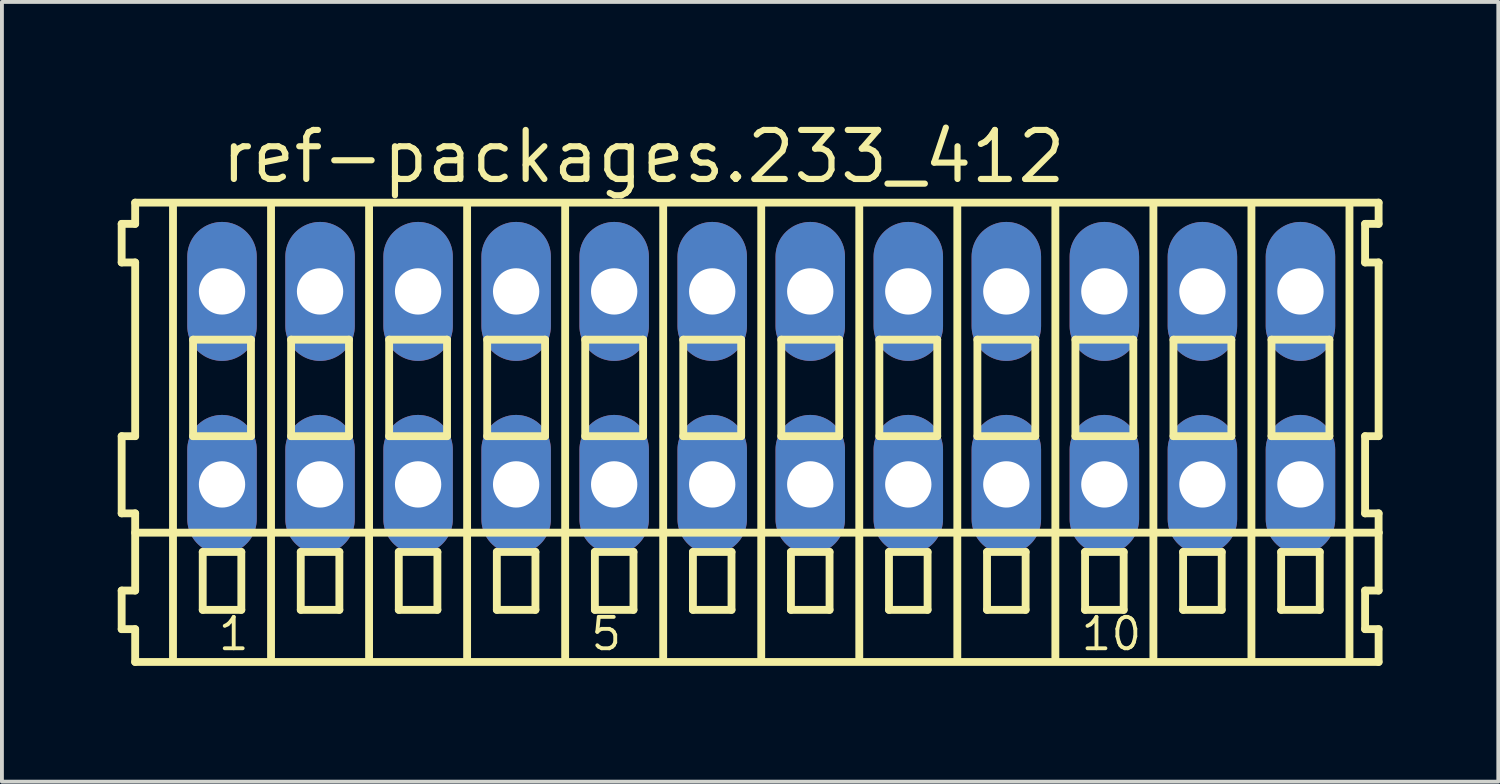
<source format=kicad_pcb>
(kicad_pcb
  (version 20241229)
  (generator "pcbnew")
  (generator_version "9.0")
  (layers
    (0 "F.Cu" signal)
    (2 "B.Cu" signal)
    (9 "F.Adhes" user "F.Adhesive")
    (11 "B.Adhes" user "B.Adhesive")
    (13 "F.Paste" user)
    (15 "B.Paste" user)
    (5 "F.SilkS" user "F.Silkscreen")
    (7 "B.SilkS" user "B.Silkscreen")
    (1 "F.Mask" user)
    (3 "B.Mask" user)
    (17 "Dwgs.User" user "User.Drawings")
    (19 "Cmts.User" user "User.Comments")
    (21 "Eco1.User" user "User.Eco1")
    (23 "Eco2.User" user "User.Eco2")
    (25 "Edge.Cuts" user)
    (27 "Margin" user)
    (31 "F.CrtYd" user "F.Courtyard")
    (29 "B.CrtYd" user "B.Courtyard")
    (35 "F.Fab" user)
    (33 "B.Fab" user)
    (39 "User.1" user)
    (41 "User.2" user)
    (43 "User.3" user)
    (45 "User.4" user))
  (footprint "ref-packages.233_412"
    (layer "F.Cu")
    (at 16.672 7)
    (property "Reference" "ref-packages.233_412" (at -14.07 -5.25 0) (layer "F.SilkS") (effects (font (size 1.27 1.27) (thickness 0.16)) (justify left bottom)))
    (attr through_hole)
    (fp_line (start -16.57 -4.25) (end -16.57 -3.25) (stroke (width 0.203) (type default)) (layer "F.SilkS"))
    (fp_line (start -16.57 -3.25) (end -16.22 -3.25) (stroke (width 0.203) (type default)) (layer "F.SilkS"))
    (fp_line (start -16.57 1.25) (end -16.57 3.25) (stroke (width 0.203) (type default)) (layer "F.SilkS"))
    (fp_line (start -16.57 3.25) (end -16.22 3.25) (stroke (width 0.203) (type default)) (layer "F.SilkS"))
    (fp_line (start -16.57 5.25) (end -16.57 6.25) (stroke (width 0.203) (type default)) (layer "F.SilkS"))
    (fp_line (start -16.57 6.25) (end -16.22 6.25) (stroke (width 0.203) (type default)) (layer "F.SilkS"))
    (fp_line (start -16.22 -4.8) (end -16.22 -4.25) (stroke (width 0.203) (type default)) (layer "F.SilkS"))
    (fp_line (start -16.22 -4.25) (end -16.57 -4.25) (stroke (width 0.203) (type default)) (layer "F.SilkS"))
    (fp_line (start -16.22 -3.25) (end -16.22 1.25) (stroke (width 0.203) (type default)) (layer "F.SilkS"))
    (fp_line (start -16.22 1.25) (end -16.57 1.25) (stroke (width 0.203) (type default)) (layer "F.SilkS"))
    (fp_line (start -16.22 3.25) (end -16.22 5.25) (stroke (width 0.203) (type default)) (layer "F.SilkS"))
    (fp_line (start -16.22 3.75) (end 15.995 3.75) (stroke (width 0.203) (type default)) (layer "F.SilkS"))
    (fp_line (start -16.22 5.25) (end -16.57 5.25) (stroke (width 0.203) (type default)) (layer "F.SilkS"))
    (fp_line (start -16.22 6.25) (end -16.22 7.1) (stroke (width 0.203) (type default)) (layer "F.SilkS"))
    (fp_line (start -16.22 7.1) (end 15.995 7.1) (stroke (width 0.203) (type default)) (layer "F.SilkS"))
    (fp_line (start -15.24 6.985) (end -15.24 -4.699) (stroke (width 0.203) (type default)) (layer "F.SilkS"))
    (fp_line (start -14.72 -1.25) (end -14.72 1.25) (stroke (width 0.203) (type default)) (layer "F.SilkS"))
    (fp_line (start -14.72 1.25) (end -13.22 1.25) (stroke (width 0.203) (type default)) (layer "F.SilkS"))
    (fp_line (start -14.47 4.25) (end -14.47 5.75) (stroke (width 0.203) (type default)) (layer "F.SilkS"))
    (fp_line (start -14.47 5.75) (end -13.47 5.75) (stroke (width 0.203) (type default)) (layer "F.SilkS"))
    (fp_line (start -13.47 4.25) (end -14.47 4.25) (stroke (width 0.203) (type default)) (layer "F.SilkS"))
    (fp_line (start -13.47 5.75) (end -13.47 4.25) (stroke (width 0.203) (type default)) (layer "F.SilkS"))
    (fp_line (start -13.22 -1.25) (end -14.72 -1.25) (stroke (width 0.203) (type default)) (layer "F.SilkS"))
    (fp_line (start -13.22 1.25) (end -13.22 -1.25) (stroke (width 0.203) (type default)) (layer "F.SilkS"))
    (fp_line (start -12.7 6.985) (end -12.7 -4.699) (stroke (width 0.203) (type default)) (layer "F.SilkS"))
    (fp_line (start -12.18 -1.25) (end -12.18 1.25) (stroke (width 0.203) (type default)) (layer "F.SilkS"))
    (fp_line (start -12.18 1.25) (end -10.68 1.25) (stroke (width 0.203) (type default)) (layer "F.SilkS"))
    (fp_line (start -11.93 4.25) (end -11.93 5.75) (stroke (width 0.203) (type default)) (layer "F.SilkS"))
    (fp_line (start -11.93 5.75) (end -10.93 5.75) (stroke (width 0.203) (type default)) (layer "F.SilkS"))
    (fp_line (start -10.93 4.25) (end -11.93 4.25) (stroke (width 0.203) (type default)) (layer "F.SilkS"))
    (fp_line (start -10.93 5.75) (end -10.93 4.25) (stroke (width 0.203) (type default)) (layer "F.SilkS"))
    (fp_line (start -10.68 -1.25) (end -12.18 -1.25) (stroke (width 0.203) (type default)) (layer "F.SilkS"))
    (fp_line (start -10.68 1.25) (end -10.68 -1.25) (stroke (width 0.203) (type default)) (layer "F.SilkS"))
    (fp_line (start -10.16 6.985) (end -10.16 -4.699) (stroke (width 0.203) (type default)) (layer "F.SilkS"))
    (fp_line (start -9.64 -1.25) (end -9.64 1.25) (stroke (width 0.203) (type default)) (layer "F.SilkS"))
    (fp_line (start -9.64 1.25) (end -8.14 1.25) (stroke (width 0.203) (type default)) (layer "F.SilkS"))
    (fp_line (start -9.39 4.25) (end -9.39 5.75) (stroke (width 0.203) (type default)) (layer "F.SilkS"))
    (fp_line (start -9.39 5.75) (end -8.39 5.75) (stroke (width 0.203) (type default)) (layer "F.SilkS"))
    (fp_line (start -8.39 4.25) (end -9.39 4.25) (stroke (width 0.203) (type default)) (layer "F.SilkS"))
    (fp_line (start -8.39 5.75) (end -8.39 4.25) (stroke (width 0.203) (type default)) (layer "F.SilkS"))
    (fp_line (start -8.14 -1.25) (end -9.64 -1.25) (stroke (width 0.203) (type default)) (layer "F.SilkS"))
    (fp_line (start -8.14 1.25) (end -8.14 -1.25) (stroke (width 0.203) (type default)) (layer "F.SilkS"))
    (fp_line (start -7.62 6.985) (end -7.62 -4.699) (stroke (width 0.203) (type default)) (layer "F.SilkS"))
    (fp_line (start -7.1 -1.25) (end -7.1 1.25) (stroke (width 0.203) (type default)) (layer "F.SilkS"))
    (fp_line (start -7.1 1.25) (end -5.6 1.25) (stroke (width 0.203) (type default)) (layer "F.SilkS"))
    (fp_line (start -6.85 4.25) (end -6.85 5.75) (stroke (width 0.203) (type default)) (layer "F.SilkS"))
    (fp_line (start -6.85 5.75) (end -5.85 5.75) (stroke (width 0.203) (type default)) (layer "F.SilkS"))
    (fp_line (start -5.85 4.25) (end -6.85 4.25) (stroke (width 0.203) (type default)) (layer "F.SilkS"))
    (fp_line (start -5.85 5.75) (end -5.85 4.25) (stroke (width 0.203) (type default)) (layer "F.SilkS"))
    (fp_line (start -5.6 -1.25) (end -7.1 -1.25) (stroke (width 0.203) (type default)) (layer "F.SilkS"))
    (fp_line (start -5.6 1.25) (end -5.6 -1.25) (stroke (width 0.203) (type default)) (layer "F.SilkS"))
    (fp_line (start -5.08 6.985) (end -5.08 -4.699) (stroke (width 0.203) (type default)) (layer "F.SilkS"))
    (fp_line (start -4.56 -1.25) (end -4.56 1.25) (stroke (width 0.203) (type default)) (layer "F.SilkS"))
    (fp_line (start -4.56 1.25) (end -3.06 1.25) (stroke (width 0.203) (type default)) (layer "F.SilkS"))
    (fp_line (start -4.31 4.25) (end -4.31 5.75) (stroke (width 0.203) (type default)) (layer "F.SilkS"))
    (fp_line (start -4.31 5.75) (end -3.31 5.75) (stroke (width 0.203) (type default)) (layer "F.SilkS"))
    (fp_line (start -3.31 4.25) (end -4.31 4.25) (stroke (width 0.203) (type default)) (layer "F.SilkS"))
    (fp_line (start -3.31 5.75) (end -3.31 4.25) (stroke (width 0.203) (type default)) (layer "F.SilkS"))
    (fp_line (start -3.06 -1.25) (end -4.56 -1.25) (stroke (width 0.203) (type default)) (layer "F.SilkS"))
    (fp_line (start -3.06 1.25) (end -3.06 -1.25) (stroke (width 0.203) (type default)) (layer "F.SilkS"))
    (fp_line (start -2.54 6.985) (end -2.54 -4.699) (stroke (width 0.203) (type default)) (layer "F.SilkS"))
    (fp_line (start -2.02 -1.25) (end -2.02 1.25) (stroke (width 0.203) (type default)) (layer "F.SilkS"))
    (fp_line (start -2.02 1.25) (end -0.52 1.25) (stroke (width 0.203) (type default)) (layer "F.SilkS"))
    (fp_line (start -1.77 4.25) (end -1.77 5.75) (stroke (width 0.203) (type default)) (layer "F.SilkS"))
    (fp_line (start -1.77 5.75) (end -0.77 5.75) (stroke (width 0.203) (type default)) (layer "F.SilkS"))
    (fp_line (start -0.77 4.25) (end -1.77 4.25) (stroke (width 0.203) (type default)) (layer "F.SilkS"))
    (fp_line (start -0.77 5.75) (end -0.77 4.25) (stroke (width 0.203) (type default)) (layer "F.SilkS"))
    (fp_line (start -0.52 -1.25) (end -2.02 -1.25) (stroke (width 0.203) (type default)) (layer "F.SilkS"))
    (fp_line (start -0.52 1.25) (end -0.52 -1.25) (stroke (width 0.203) (type default)) (layer "F.SilkS"))
    (fp_line (start 0 6.985) (end 0 -4.699) (stroke (width 0.203) (type default)) (layer "F.SilkS"))
    (fp_line (start 0.52 -1.25) (end 0.52 1.25) (stroke (width 0.203) (type default)) (layer "F.SilkS"))
    (fp_line (start 0.52 1.25) (end 2.02 1.25) (stroke (width 0.203) (type default)) (layer "F.SilkS"))
    (fp_line (start 0.77 4.25) (end 0.77 5.75) (stroke (width 0.203) (type default)) (layer "F.SilkS"))
    (fp_line (start 0.77 5.75) (end 1.77 5.75) (stroke (width 0.203) (type default)) (layer "F.SilkS"))
    (fp_line (start 1.77 4.25) (end 0.77 4.25) (stroke (width 0.203) (type default)) (layer "F.SilkS"))
    (fp_line (start 1.77 5.75) (end 1.77 4.25) (stroke (width 0.203) (type default)) (layer "F.SilkS"))
    (fp_line (start 2.02 -1.25) (end 0.52 -1.25) (stroke (width 0.203) (type default)) (layer "F.SilkS"))
    (fp_line (start 2.02 1.25) (end 2.02 -1.25) (stroke (width 0.203) (type default)) (layer "F.SilkS"))
    (fp_line (start 2.54 6.985) (end 2.54 -4.699) (stroke (width 0.203) (type default)) (layer "F.SilkS"))
    (fp_line (start 3.06 -1.25) (end 3.06 1.25) (stroke (width 0.203) (type default)) (layer "F.SilkS"))
    (fp_line (start 3.06 1.25) (end 4.56 1.25) (stroke (width 0.203) (type default)) (layer "F.SilkS"))
    (fp_line (start 3.31 4.25) (end 3.31 5.75) (stroke (width 0.203) (type default)) (layer "F.SilkS"))
    (fp_line (start 3.31 5.75) (end 4.31 5.75) (stroke (width 0.203) (type default)) (layer "F.SilkS"))
    (fp_line (start 4.31 4.25) (end 3.31 4.25) (stroke (width 0.203) (type default)) (layer "F.SilkS"))
    (fp_line (start 4.31 5.75) (end 4.31 4.25) (stroke (width 0.203) (type default)) (layer "F.SilkS"))
    (fp_line (start 4.56 -1.25) (end 3.06 -1.25) (stroke (width 0.203) (type default)) (layer "F.SilkS"))
    (fp_line (start 4.56 1.25) (end 4.56 -1.25) (stroke (width 0.203) (type default)) (layer "F.SilkS"))
    (fp_line (start 5.08 6.985) (end 5.08 -4.699) (stroke (width 0.203) (type default)) (layer "F.SilkS"))
    (fp_line (start 5.6 -1.25) (end 5.6 1.25) (stroke (width 0.203) (type default)) (layer "F.SilkS"))
    (fp_line (start 5.6 1.25) (end 7.1 1.25) (stroke (width 0.203) (type default)) (layer "F.SilkS"))
    (fp_line (start 5.85 4.25) (end 5.85 5.75) (stroke (width 0.203) (type default)) (layer "F.SilkS"))
    (fp_line (start 5.85 5.75) (end 6.85 5.75) (stroke (width 0.203) (type default)) (layer "F.SilkS"))
    (fp_line (start 6.85 4.25) (end 5.85 4.25) (stroke (width 0.203) (type default)) (layer "F.SilkS"))
    (fp_line (start 6.85 5.75) (end 6.85 4.25) (stroke (width 0.203) (type default)) (layer "F.SilkS"))
    (fp_line (start 7.1 -1.25) (end 5.6 -1.25) (stroke (width 0.203) (type default)) (layer "F.SilkS"))
    (fp_line (start 7.1 1.25) (end 7.1 -1.25) (stroke (width 0.203) (type default)) (layer "F.SilkS"))
    (fp_line (start 7.62 6.985) (end 7.62 -4.699) (stroke (width 0.203) (type default)) (layer "F.SilkS"))
    (fp_line (start 8.14 -1.25) (end 8.14 1.25) (stroke (width 0.203) (type default)) (layer "F.SilkS"))
    (fp_line (start 8.14 1.25) (end 9.64 1.25) (stroke (width 0.203) (type default)) (layer "F.SilkS"))
    (fp_line (start 8.39 4.25) (end 8.39 5.75) (stroke (width 0.203) (type default)) (layer "F.SilkS"))
    (fp_line (start 8.39 5.75) (end 9.39 5.75) (stroke (width 0.203) (type default)) (layer "F.SilkS"))
    (fp_line (start 9.39 4.25) (end 8.39 4.25) (stroke (width 0.203) (type default)) (layer "F.SilkS"))
    (fp_line (start 9.39 5.75) (end 9.39 4.25) (stroke (width 0.203) (type default)) (layer "F.SilkS"))
    (fp_line (start 9.64 -1.25) (end 8.14 -1.25) (stroke (width 0.203) (type default)) (layer "F.SilkS"))
    (fp_line (start 9.64 1.25) (end 9.64 -1.25) (stroke (width 0.203) (type default)) (layer "F.SilkS"))
    (fp_line (start 10.16 6.985) (end 10.16 -4.699) (stroke (width 0.203) (type default)) (layer "F.SilkS"))
    (fp_line (start 10.68 -1.25) (end 10.68 1.25) (stroke (width 0.203) (type default)) (layer "F.SilkS"))
    (fp_line (start 10.68 1.25) (end 12.18 1.25) (stroke (width 0.203) (type default)) (layer "F.SilkS"))
    (fp_line (start 10.93 4.25) (end 10.93 5.75) (stroke (width 0.203) (type default)) (layer "F.SilkS"))
    (fp_line (start 10.93 5.75) (end 11.93 5.75) (stroke (width 0.203) (type default)) (layer "F.SilkS"))
    (fp_line (start 11.93 4.25) (end 10.93 4.25) (stroke (width 0.203) (type default)) (layer "F.SilkS"))
    (fp_line (start 11.93 5.75) (end 11.93 4.25) (stroke (width 0.203) (type default)) (layer "F.SilkS"))
    (fp_line (start 12.18 -1.25) (end 10.68 -1.25) (stroke (width 0.203) (type default)) (layer "F.SilkS"))
    (fp_line (start 12.18 1.25) (end 12.18 -1.25) (stroke (width 0.203) (type default)) (layer "F.SilkS"))
    (fp_line (start 12.7 6.985) (end 12.7 -4.699) (stroke (width 0.203) (type default)) (layer "F.SilkS"))
    (fp_line (start 13.22 -1.25) (end 13.22 1.25) (stroke (width 0.203) (type default)) (layer "F.SilkS"))
    (fp_line (start 13.22 1.25) (end 14.72 1.25) (stroke (width 0.203) (type default)) (layer "F.SilkS"))
    (fp_line (start 13.47 4.25) (end 13.47 5.75) (stroke (width 0.203) (type default)) (layer "F.SilkS"))
    (fp_line (start 13.47 5.75) (end 14.47 5.75) (stroke (width 0.203) (type default)) (layer "F.SilkS"))
    (fp_line (start 14.47 4.25) (end 13.47 4.25) (stroke (width 0.203) (type default)) (layer "F.SilkS"))
    (fp_line (start 14.47 5.75) (end 14.47 4.25) (stroke (width 0.203) (type default)) (layer "F.SilkS"))
    (fp_line (start 14.72 -1.25) (end 13.22 -1.25) (stroke (width 0.203) (type default)) (layer "F.SilkS"))
    (fp_line (start 14.72 1.25) (end 14.72 -1.25) (stroke (width 0.203) (type default)) (layer "F.SilkS"))
    (fp_line (start 15.24 6.985) (end 15.24 -4.699) (stroke (width 0.203) (type default)) (layer "F.SilkS"))
    (fp_line (start 15.645 -4.25) (end 15.645 -3.25) (stroke (width 0.203) (type default)) (layer "F.SilkS"))
    (fp_line (start 15.645 -3.25) (end 15.995 -3.25) (stroke (width 0.203) (type default)) (layer "F.SilkS"))
    (fp_line (start 15.645 1.25) (end 15.645 3.25) (stroke (width 0.203) (type default)) (layer "F.SilkS"))
    (fp_line (start 15.645 3.25) (end 15.995 3.25) (stroke (width 0.203) (type default)) (layer "F.SilkS"))
    (fp_line (start 15.645 5.25) (end 15.645 6.25) (stroke (width 0.203) (type default)) (layer "F.SilkS"))
    (fp_line (start 15.645 6.25) (end 15.995 6.25) (stroke (width 0.203) (type default)) (layer "F.SilkS"))
    (fp_line (start 15.995 -4.8) (end -16.22 -4.8) (stroke (width 0.203) (type default)) (layer "F.SilkS"))
    (fp_line (start 15.995 -4.25) (end 15.645 -4.25) (stroke (width 0.203) (type default)) (layer "F.SilkS"))
    (fp_line (start 15.995 -4.25) (end 15.995 -4.8) (stroke (width 0.203) (type default)) (layer "F.SilkS"))
    (fp_line (start 15.995 1.25) (end 15.645 1.25) (stroke (width 0.203) (type default)) (layer "F.SilkS"))
    (fp_line (start 15.995 1.25) (end 15.995 -3.25) (stroke (width 0.203) (type default)) (layer "F.SilkS"))
    (fp_line (start 15.995 3.75) (end 15.995 3.25) (stroke (width 0.203) (type default)) (layer "F.SilkS"))
    (fp_line (start 15.995 5.25) (end 15.645 5.25) (stroke (width 0.203) (type default)) (layer "F.SilkS"))
    (fp_line (start 15.995 5.25) (end 15.995 3.75) (stroke (width 0.203) (type default)) (layer "F.SilkS"))
    (fp_line (start 15.995 7.1) (end 15.995 6.25) (stroke (width 0.203) (type default)) (layer "F.SilkS"))
    (fp_text user "1" (at -14.12 6.85 0) (layer "F.SilkS") (effects (font (size 0.813 0.813) (thickness 0.1)) (justify left bottom)))
    (fp_text user "5" (at -4.468 6.85 0) (layer "F.SilkS") (effects (font (size 0.813 0.813) (thickness 0.1)) (justify left bottom)))
    (fp_text user "10" (at 8.232 6.85 0) (layer "F.SilkS") (effects (font (size 0.813 0.813) (thickness 0.1)) (justify left bottom)))
    (pad "A1" thru_hole oval (at -13.97 -2.5 90) (size 3.6 1.8) (drill 1.2) (layers "*.Cu" "*.Mask"))
    (pad "A2" thru_hole oval (at -11.43 -2.5 90) (size 3.6 1.8) (drill 1.2) (layers "*.Cu" "*.Mask"))
    (pad "A3" thru_hole oval (at -8.89 -2.5 90) (size 3.6 1.8) (drill 1.2) (layers "*.Cu" "*.Mask"))
    (pad "A4" thru_hole oval (at -6.35 -2.5 90) (size 3.6 1.8) (drill 1.2) (layers "*.Cu" "*.Mask"))
    (pad "A5" thru_hole oval (at -3.81 -2.5 90) (size 3.6 1.8) (drill 1.2) (layers "*.Cu" "*.Mask"))
    (pad "A6" thru_hole oval (at -1.27 -2.5 90) (size 3.6 1.8) (drill 1.2) (layers "*.Cu" "*.Mask"))
    (pad "A7" thru_hole oval (at 1.27 -2.5 90) (size 3.6 1.8) (drill 1.2) (layers "*.Cu" "*.Mask"))
    (pad "A8" thru_hole oval (at 3.81 -2.5 90) (size 3.6 1.8) (drill 1.2) (layers "*.Cu" "*.Mask"))
    (pad "A9" thru_hole oval (at 6.35 -2.5 90) (size 3.6 1.8) (drill 1.2) (layers "*.Cu" "*.Mask"))
    (pad "A10" thru_hole oval (at 8.89 -2.5 90) (size 3.6 1.8) (drill 1.2) (layers "*.Cu" "*.Mask"))
    (pad "A11" thru_hole oval (at 11.43 -2.5 90) (size 3.6 1.8) (drill 1.2) (layers "*.Cu" "*.Mask"))
    (pad "A12" thru_hole oval (at 13.97 -2.5 90) (size 3.6 1.8) (drill 1.2) (layers "*.Cu" "*.Mask"))
    (pad "B1" thru_hole oval (at -13.97 2.5 90) (size 3.6 1.8) (drill 1.2) (layers "*.Cu" "*.Mask"))
    (pad "B2" thru_hole oval (at -11.43 2.5 90) (size 3.6 1.8) (drill 1.2) (layers "*.Cu" "*.Mask"))
    (pad "B3" thru_hole oval (at -8.89 2.5 90) (size 3.6 1.8) (drill 1.2) (layers "*.Cu" "*.Mask"))
    (pad "B4" thru_hole oval (at -6.35 2.5 90) (size 3.6 1.8) (drill 1.2) (layers "*.Cu" "*.Mask"))
    (pad "B5" thru_hole oval (at -3.81 2.5 90) (size 3.6 1.8) (drill 1.2) (layers "*.Cu" "*.Mask"))
    (pad "B6" thru_hole oval (at -1.27 2.5 90) (size 3.6 1.8) (drill 1.2) (layers "*.Cu" "*.Mask"))
    (pad "B7" thru_hole oval (at 1.27 2.5 90) (size 3.6 1.8) (drill 1.2) (layers "*.Cu" "*.Mask"))
    (pad "B8" thru_hole oval (at 3.81 2.5 90) (size 3.6 1.8) (drill 1.2) (layers "*.Cu" "*.Mask"))
    (pad "B9" thru_hole oval (at 6.35 2.5 90) (size 3.6 1.8) (drill 1.2) (layers "*.Cu" "*.Mask"))
    (pad "B10" thru_hole oval (at 8.89 2.5 90) (size 3.6 1.8) (drill 1.2) (layers "*.Cu" "*.Mask"))
    (pad "B11" thru_hole oval (at 11.43 2.5 90) (size 3.6 1.8) (drill 1.2) (layers "*.Cu" "*.Mask"))
    (pad "B12" thru_hole oval (at 13.97 2.5 90) (size 3.6 1.8) (drill 1.2) (layers "*.Cu" "*.Mask")))
  (gr_rect
    (start -3 -3)
    (end 35.768 17.202)
    (stroke (width 0.1) (type default))
    (fill no)
    (layer "Edge.Cuts")))
</source>
